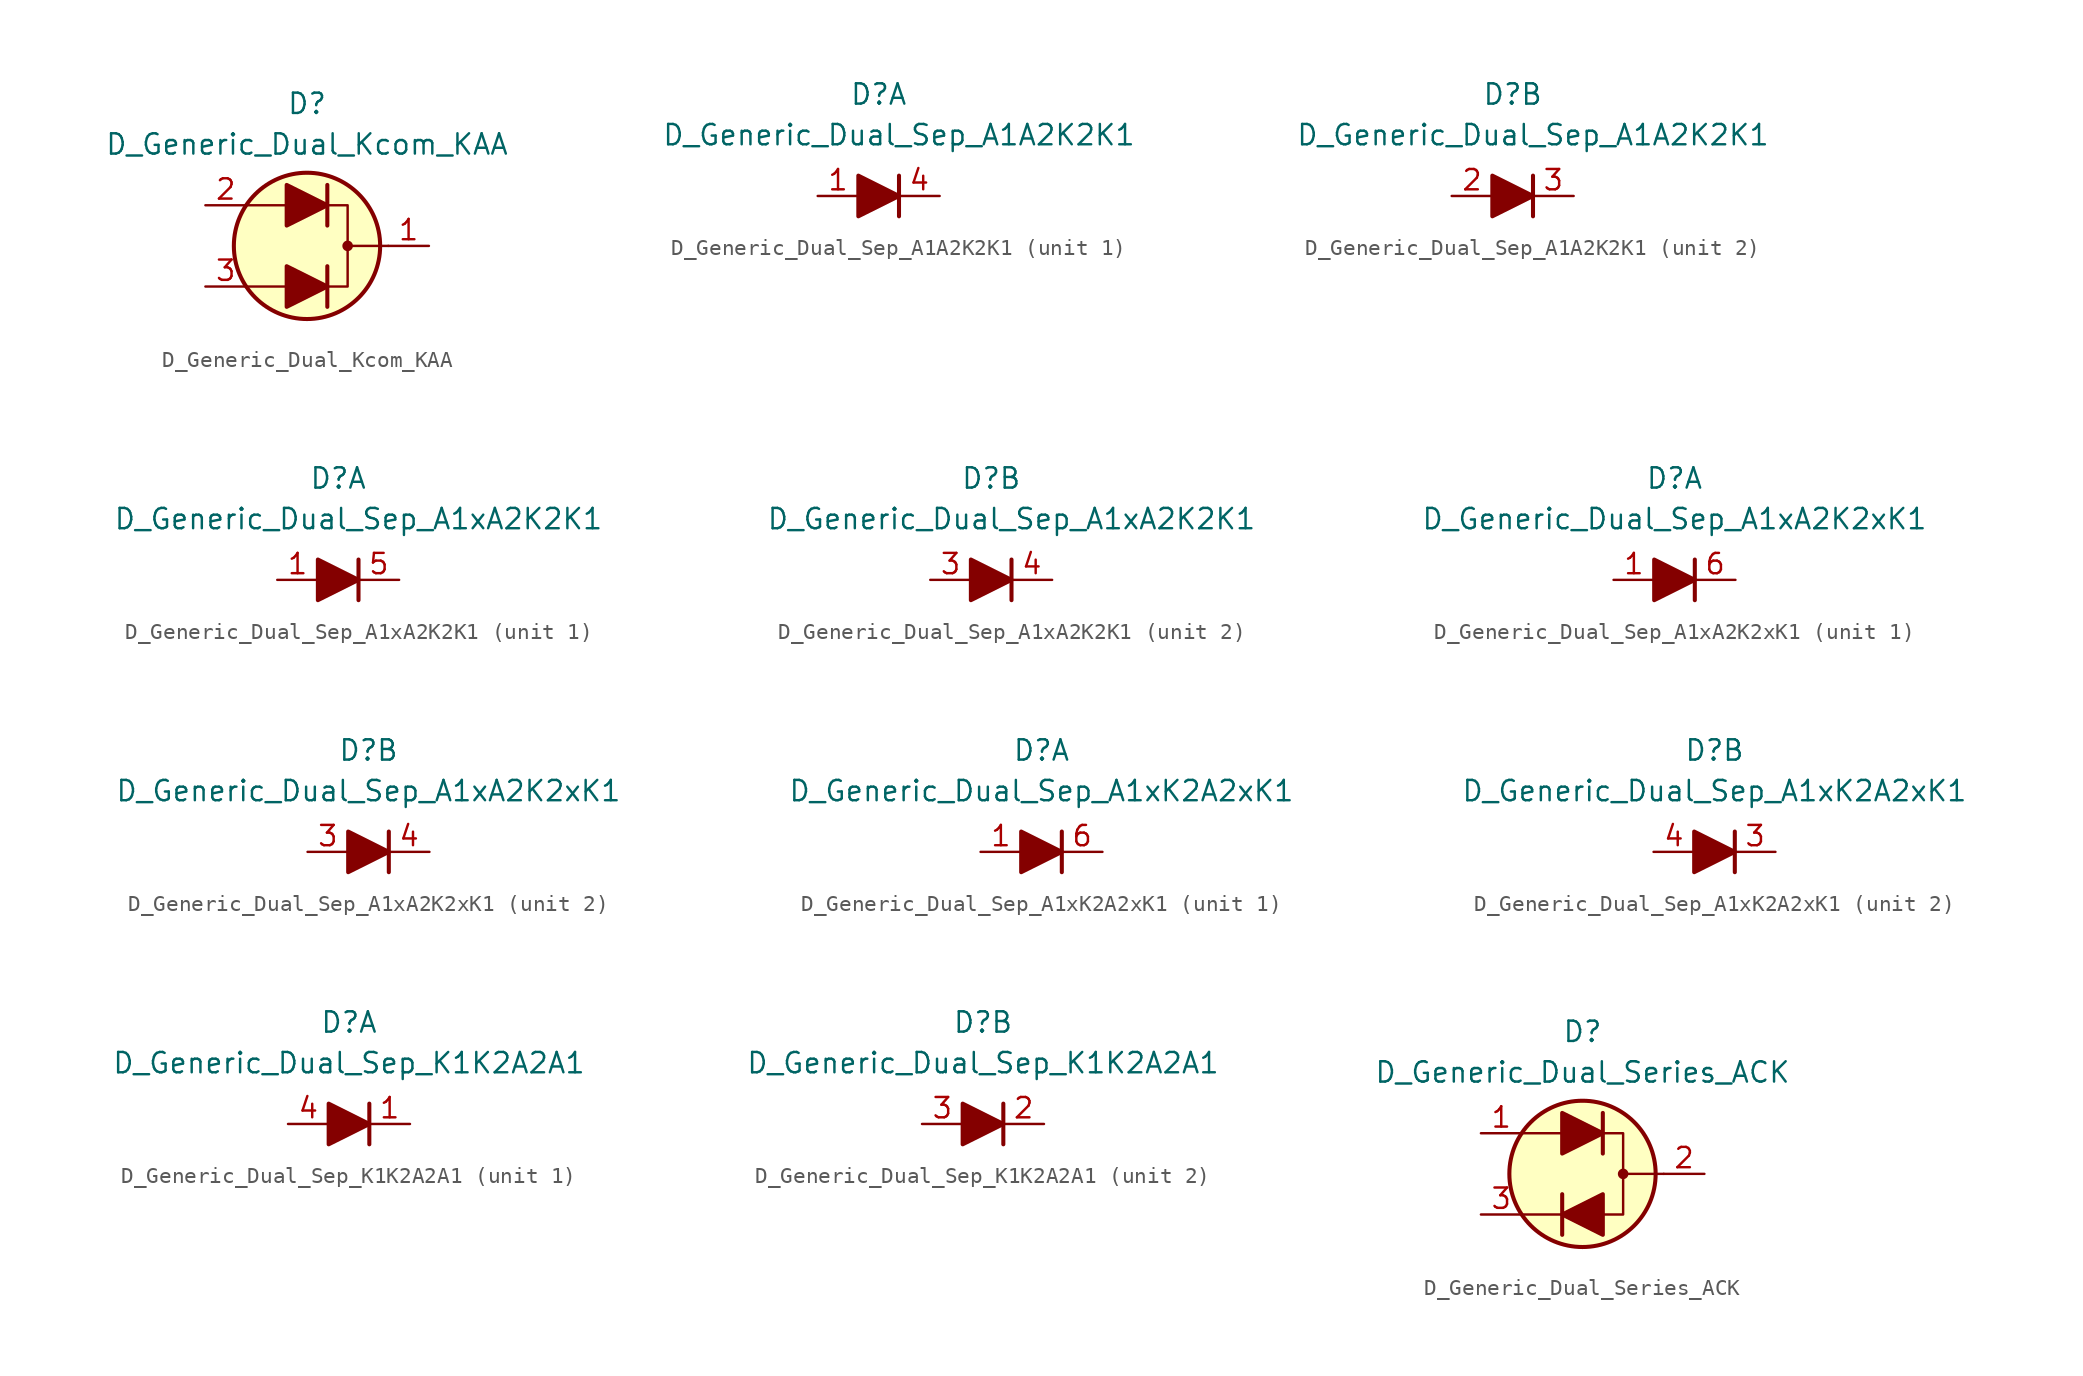
<source format=kicad_sym>
(kicad_symbol_lib
  (version 20211014)
  (generator kicad_symbol_editor)
  (symbol "D_Generic_Dual_Kcom_KAA"
    (pin_names
      (offset 1.016) hide)
    (property "Reference" "D"
      (at 0 8.89 0)
      (effects (font (size 1.27 1.27))))
    (property "Value" "D_Generic_Dual_Kcom_KAA"
      (at 0 6.35 0)
      (effects (font (size 1.27 1.27))))
    (symbol "D_Generic_Dual_Kcom_KAA_0_1"
      (polyline (pts (xy -1.27 -2.54) (xy -3.81 -2.54)) (stroke (width 0) (type default) (color 0 0 0 0)) (fill (type none)))
      (polyline (pts (xy -1.27 2.54) (xy -3.81 2.54)) (stroke (width 0) (type default) (color 0 0 0 0)) (fill (type none)))
      (polyline (pts (xy 1.27 -3.81) (xy 1.27 -1.27)) (stroke (width 0.254) (type default) (color 0 0 0 0)) (fill (type none)))
      (polyline (pts (xy 1.27 1.27) (xy 1.27 3.81)) (stroke (width 0.254) (type default) (color 0 0 0 0)) (fill (type none)))
      (polyline (pts (xy 5.08 0) (xy 2.54 0)) (stroke (width 0) (type default) (color 0 0 0 0)) (fill (type none)))
      (polyline (pts (xy 1.27 -2.54) (xy 2.54 -2.54) (xy 2.54 2.54) (xy 1.27 2.54)) (stroke (width 0) (type default) (color 0 0 0 0)) (fill (type none)))
      (circle (center 0 0) (radius 4.572) (stroke (width 0.254) (type default) (color 0 0 0 0)) (fill (type background)))
      (circle (center 2.54 0) (radius 0.254) (stroke (width 0) (type default) (color 0 0 0 0)) (fill (type outline))))
    (symbol "D_Generic_Dual_Kcom_KAA_1_1"
      (polyline (pts (xy -1.27 -2.54) (xy 1.27 -2.54)) (stroke (width 0) (type default) (color 0 0 0 0)) (fill (type none)))
      (polyline (pts (xy -1.27 2.54) (xy 1.27 2.54)) (stroke (width 0) (type default) (color 0 0 0 0)) (fill (type none)))
      (polyline (pts (xy -1.27 -3.81) (xy -1.27 -1.27) (xy 1.27 -2.54) (xy -1.27 -3.81)) (stroke (width 0.254) (type default) (color 0 0 0 0)) (fill (type outline)))
      (polyline (pts (xy -1.27 1.27) (xy -1.27 3.81) (xy 1.27 2.54) (xy -1.27 1.27)) (stroke (width 0.254) (type default) (color 0 0 0 0)) (fill (type outline)))
      (pin passive line (at 7.62 0 180) (length 2.54) (name "K" (effects (font (size 1.27 1.27)))) (number "1" (effects (font (size 1.27 1.27)))))
      (pin passive line (at -6.35 2.54 0) (length 2.54) (name "A2" (effects (font (size 1.27 1.27)))) (number "2" (effects (font (size 1.27 1.27)))))
      (pin passive line (at -6.35 -2.54 0) (length 2.54) (name "A1" (effects (font (size 1.27 1.27)))) (number "3" (effects (font (size 1.27 1.27)))))))
  (symbol "D_Generic_Dual_Sep_A1A2K2K1"
    (pin_names
      (offset 1.016) hide)
    (property "Reference" "D"
      (at 0 6.35 0)
      (effects (font (size 1.27 1.27))))
    (property "Value" "D_Generic_Dual_Sep_A1A2K2K1"
      (at 1.27 3.81 0)
      (effects (font (size 1.27 1.27))))
    (symbol "D_Generic_Dual_Sep_A1A2K2K1_0_1"
      (polyline (pts (xy 1.27 1.27) (xy 1.27 -1.27)) (stroke (width 0.254) (type default) (color 0 0 0 0)) (fill (type none))))
    (symbol "D_Generic_Dual_Sep_A1A2K2K1_1_1"
      (polyline (pts (xy -1.27 0) (xy 1.27 0)) (stroke (width 0) (type default) (color 0 0 0 0)) (fill (type none)))
      (polyline (pts (xy -1.27 1.27) (xy -1.27 -1.27) (xy 1.27 0) (xy -1.27 1.27)) (stroke (width 0.254) (type default) (color 0 0 0 0)) (fill (type outline)))
      (pin passive line (at -3.81 0 0) (length 2.54) (name "A1" (effects (font (size 1.27 1.27)))) (number "1" (effects (font (size 1.27 1.27)))))
      (pin passive line (at 3.81 0 180) (length 2.54) (name "K1" (effects (font (size 1.27 1.27)))) (number "4" (effects (font (size 1.27 1.27))))))
    (symbol "D_Generic_Dual_Sep_A1A2K2K1_2_1"
      (polyline (pts (xy -1.27 0) (xy 1.27 0)) (stroke (width 0) (type default) (color 0 0 0 0)) (fill (type none)))
      (polyline (pts (xy -1.27 1.27) (xy -1.27 -1.27) (xy 1.27 0) (xy -1.27 1.27)) (stroke (width 0.254) (type default) (color 0 0 0 0)) (fill (type outline)))
      (pin passive line (at -3.81 0 0) (length 2.54) (name "A2" (effects (font (size 1.27 1.27)))) (number "2" (effects (font (size 1.27 1.27)))))
      (pin passive line (at 3.81 0 180) (length 2.54) (name "K2" (effects (font (size 1.27 1.27)))) (number "3" (effects (font (size 1.27 1.27)))))))
  (symbol "D_Generic_Dual_Sep_A1xA2K2K1"
    (pin_names
      (offset 1.016) hide)
    (property "Reference" "D"
      (at 0 6.35 0)
      (effects (font (size 1.27 1.27))))
    (property "Value" "D_Generic_Dual_Sep_A1xA2K2K1"
      (at 1.27 3.81 0)
      (effects (font (size 1.27 1.27))))
    (symbol "D_Generic_Dual_Sep_A1xA2K2K1_0_1"
      (polyline (pts (xy 1.27 1.27) (xy 1.27 -1.27)) (stroke (width 0.254) (type default) (color 0 0 0 0)) (fill (type none))))
    (symbol "D_Generic_Dual_Sep_A1xA2K2K1_1_1"
      (polyline (pts (xy -1.27 0) (xy 1.27 0)) (stroke (width 0) (type default) (color 0 0 0 0)) (fill (type none)))
      (polyline (pts (xy -1.27 1.27) (xy -1.27 -1.27) (xy 1.27 0) (xy -1.27 1.27)) (stroke (width 0.254) (type default) (color 0 0 0 0)) (fill (type outline)))
      (pin passive line (at -3.81 0 0) (length 2.54) (name "A1" (effects (font (size 1.27 1.27)))) (number "1" (effects (font (size 1.27 1.27)))))
      (pin no_connect line (at 0 0 0) (length 2.54) hide (name "NC" (effects (font (size 1.27 1.27)))) (number "2" (effects (font (size 1.27 1.27)))))
      (pin passive line (at 3.81 0 180) (length 2.54) (name "K1" (effects (font (size 1.27 1.27)))) (number "5" (effects (font (size 1.27 1.27))))))
    (symbol "D_Generic_Dual_Sep_A1xA2K2K1_2_1"
      (polyline (pts (xy -1.27 0) (xy 1.27 0)) (stroke (width 0) (type default) (color 0 0 0 0)) (fill (type none)))
      (polyline (pts (xy -1.27 1.27) (xy -1.27 -1.27) (xy 1.27 0) (xy -1.27 1.27)) (stroke (width 0.254) (type default) (color 0 0 0 0)) (fill (type outline)))
      (pin passive line (at -3.81 0 0) (length 2.54) (name "A2" (effects (font (size 1.27 1.27)))) (number "3" (effects (font (size 1.27 1.27)))))
      (pin passive line (at 3.81 0 180) (length 2.54) (name "K2" (effects (font (size 1.27 1.27)))) (number "4" (effects (font (size 1.27 1.27)))))))
  (symbol "D_Generic_Dual_Sep_A1xA2K2xK1"
    (pin_names
      (offset 1.016) hide)
    (property "Reference" "D"
      (at 0 6.35 0)
      (effects (font (size 1.27 1.27))))
    (property "Value" "D_Generic_Dual_Sep_A1xA2K2xK1"
      (at 0 3.81 0)
      (effects (font (size 1.27 1.27))))
    (property "ki_locked" ""
      (at 0 0 0)
      (effects (font (size 1.27 1.27))))
    (symbol "D_Generic_Dual_Sep_A1xA2K2xK1_0_1"
      (polyline (pts (xy 1.27 1.27) (xy 1.27 -1.27)) (stroke (width 0.254) (type default) (color 0 0 0 0)) (fill (type none))))
    (symbol "D_Generic_Dual_Sep_A1xA2K2xK1_1_1"
      (polyline (pts (xy -1.27 0) (xy 1.27 0)) (stroke (width 0) (type default) (color 0 0 0 0)) (fill (type none)))
      (polyline (pts (xy -1.27 1.27) (xy -1.27 -1.27) (xy 1.27 0) (xy -1.27 1.27)) (stroke (width 0.254) (type default) (color 0 0 0 0)) (fill (type outline)))
      (pin passive line (at -3.81 0 0) (length 2.54) (name "A1" (effects (font (size 1.27 1.27)))) (number "1" (effects (font (size 1.27 1.27)))))
      (pin no_connect line (at 0 0 0) (length 2.54) hide (name "NC" (effects (font (size 1.27 1.27)))) (number "2" (effects (font (size 1.27 1.27)))))
      (pin passive line (at 3.81 0 180) (length 2.54) (name "K1" (effects (font (size 1.27 1.27)))) (number "6" (effects (font (size 1.27 1.27))))))
    (symbol "D_Generic_Dual_Sep_A1xA2K2xK1_2_1"
      (polyline (pts (xy 1.27 0) (xy -1.27 0)) (stroke (width 0) (type default) (color 0 0 0 0)) (fill (type none)))
      (polyline (pts (xy -1.27 -1.27) (xy -1.27 1.27) (xy 1.27 0) (xy -1.27 -1.27)) (stroke (width 0.254) (type default) (color 0 0 0 0)) (fill (type outline)))
      (pin passive line (at -3.81 0 0) (length 2.54) (name "A2" (effects (font (size 1.27 1.27)))) (number "3" (effects (font (size 1.27 1.27)))))
      (pin passive line (at 3.81 0 180) (length 2.54) (name "K2" (effects (font (size 1.27 1.27)))) (number "4" (effects (font (size 1.27 1.27)))))
      (pin no_connect line (at 0 0 180) (length 2.54) hide (name "NC" (effects (font (size 1.27 1.27)))) (number "5" (effects (font (size 1.27 1.27)))))))
  (symbol "D_Generic_Dual_Sep_A1xK2A2xK1"
    (pin_names
      (offset 1.016) hide)
    (property "Reference" "D"
      (at 0 6.35 0)
      (effects (font (size 1.27 1.27))))
    (property "Value" "D_Generic_Dual_Sep_A1xK2A2xK1"
      (at 0 3.81 0)
      (effects (font (size 1.27 1.27))))
    (property "ki_locked" ""
      (at 0 0 0)
      (effects (font (size 1.27 1.27))))
    (symbol "D_Generic_Dual_Sep_A1xK2A2xK1_0_1"
      (polyline (pts (xy 1.27 1.27) (xy 1.27 -1.27)) (stroke (width 0.254) (type default) (color 0 0 0 0)) (fill (type none))))
    (symbol "D_Generic_Dual_Sep_A1xK2A2xK1_1_1"
      (polyline (pts (xy -1.27 0) (xy 1.27 0)) (stroke (width 0) (type default) (color 0 0 0 0)) (fill (type none)))
      (polyline (pts (xy -1.27 1.27) (xy -1.27 -1.27) (xy 1.27 0) (xy -1.27 1.27)) (stroke (width 0.254) (type default) (color 0 0 0 0)) (fill (type outline)))
      (pin passive line (at -3.81 0 0) (length 2.54) (name "A1" (effects (font (size 1.27 1.27)))) (number "1" (effects (font (size 1.27 1.27)))))
      (pin no_connect line (at 0 0 0) (length 2.54) hide (name "NC" (effects (font (size 1.27 1.27)))) (number "2" (effects (font (size 1.27 1.27)))))
      (pin passive line (at 3.81 0 180) (length 2.54) (name "K1" (effects (font (size 1.27 1.27)))) (number "6" (effects (font (size 1.27 1.27))))))
    (symbol "D_Generic_Dual_Sep_A1xK2A2xK1_2_1"
      (polyline (pts (xy -1.27 0) (xy 1.27 0)) (stroke (width 0) (type default) (color 0 0 0 0)) (fill (type none)))
      (polyline (pts (xy -1.27 1.27) (xy -1.27 -1.27) (xy 1.27 0) (xy -1.27 1.27)) (stroke (width 0.254) (type default) (color 0 0 0 0)) (fill (type outline)))
      (pin passive line (at 3.81 0 180) (length 2.54) (name "K2" (effects (font (size 1.27 1.27)))) (number "3" (effects (font (size 1.27 1.27)))))
      (pin passive line (at -3.81 0 0) (length 2.54) (name "A2" (effects (font (size 1.27 1.27)))) (number "4" (effects (font (size 1.27 1.27)))))
      (pin no_connect line (at 0 0 180) (length 2.54) hide (name "NC" (effects (font (size 1.27 1.27)))) (number "5" (effects (font (size 1.27 1.27)))))))
  (symbol "D_Generic_Dual_Sep_K1K2A2A1"
    (pin_names
      (offset 1.016) hide)
    (property "Reference" "D"
      (at 0 6.35 0)
      (effects (font (size 1.27 1.27))))
    (property "Value" "D_Generic_Dual_Sep_K1K2A2A1"
      (at 0 3.81 0)
      (effects (font (size 1.27 1.27))))
    (property "ki_locked" ""
      (at 0 0 0)
      (effects (font (size 1.27 1.27))))
    (symbol "D_Generic_Dual_Sep_K1K2A2A1_0_1"
      (polyline (pts (xy 1.27 1.27) (xy 1.27 -1.27)) (stroke (width 0.254) (type default) (color 0 0 0 0)) (fill (type none))))
    (symbol "D_Generic_Dual_Sep_K1K2A2A1_1_1"
      (polyline (pts (xy -1.27 0) (xy 1.27 0)) (stroke (width 0) (type default) (color 0 0 0 0)) (fill (type none)))
      (polyline (pts (xy -1.27 1.27) (xy -1.27 -1.27) (xy 1.27 0) (xy -1.27 1.27)) (stroke (width 0.254) (type default) (color 0 0 0 0)) (fill (type outline)))
      (pin passive line (at 3.81 0 180) (length 2.54) (name "K1" (effects (font (size 1.27 1.27)))) (number "1" (effects (font (size 1.27 1.27)))))
      (pin passive line (at -3.81 0 0) (length 2.54) (name "A1" (effects (font (size 1.27 1.27)))) (number "4" (effects (font (size 1.27 1.27))))))
    (symbol "D_Generic_Dual_Sep_K1K2A2A1_2_1"
      (polyline (pts (xy -1.27 0) (xy 1.27 0)) (stroke (width 0) (type default) (color 0 0 0 0)) (fill (type none)))
      (polyline (pts (xy -1.27 1.27) (xy -1.27 -1.27) (xy 1.27 0) (xy -1.27 1.27)) (stroke (width 0.254) (type default) (color 0 0 0 0)) (fill (type outline)))
      (pin passive line (at 3.81 0 180) (length 2.54) (name "K2" (effects (font (size 1.27 1.27)))) (number "2" (effects (font (size 1.27 1.27)))))
      (pin passive line (at -3.81 0 0) (length 2.54) (name "A2" (effects (font (size 1.27 1.27)))) (number "3" (effects (font (size 1.27 1.27)))))))
  (symbol "D_Generic_Dual_Series_ACK"
    (pin_names
      (offset 1.016) hide)
    (property "Reference" "D"
      (at 0 8.89 0)
      (effects (font (size 1.27 1.27))))
    (property "Value" "D_Generic_Dual_Series_ACK"
      (at 0 6.35 0)
      (effects (font (size 1.27 1.27))))
    (symbol "D_Generic_Dual_Series_ACK_0_1"
      (polyline (pts (xy -1.27 -2.54) (xy -3.81 -2.54)) (stroke (width 0) (type default) (color 0 0 0 0)) (fill (type none)))
      (polyline (pts (xy -1.27 -1.27) (xy -1.27 -3.81)) (stroke (width 0.254) (type default) (color 0 0 0 0)) (fill (type none)))
      (polyline (pts (xy -1.27 2.54) (xy -3.81 2.54)) (stroke (width 0) (type default) (color 0 0 0 0)) (fill (type none)))
      (polyline (pts (xy 1.27 3.81) (xy 1.27 1.27)) (stroke (width 0.254) (type default) (color 0 0 0 0)) (fill (type none)))
      (polyline (pts (xy 5.08 0) (xy 2.54 0)) (stroke (width 0) (type default) (color 0 0 0 0)) (fill (type none)))
      (polyline (pts (xy 1.27 -2.54) (xy 2.54 -2.54) (xy 2.54 2.54) (xy 1.27 2.54)) (stroke (width 0) (type default) (color 0 0 0 0)) (fill (type none)))
      (circle (center 0 0) (radius 4.572) (stroke (width 0.254) (type default) (color 0 0 0 0)) (fill (type background)))
      (circle (center 2.54 0) (radius 0.254) (stroke (width 0) (type default) (color 0 0 0 0)) (fill (type outline))))
    (symbol "D_Generic_Dual_Series_ACK_1_1"
      (polyline (pts (xy -1.27 2.54) (xy 1.27 2.54)) (stroke (width 0) (type default) (color 0 0 0 0)) (fill (type none)))
      (polyline (pts (xy 1.27 -2.54) (xy -1.27 -2.54)) (stroke (width 0) (type default) (color 0 0 0 0)) (fill (type none)))
      (polyline (pts (xy -1.27 1.27) (xy -1.27 3.81) (xy 1.27 2.54) (xy -1.27 1.27)) (stroke (width 0.254) (type default) (color 0 0 0 0)) (fill (type outline)))
      (polyline (pts (xy 1.27 -1.27) (xy 1.27 -3.81) (xy -1.27 -2.54) (xy 1.27 -1.27)) (stroke (width 0.254) (type default) (color 0 0 0 0)) (fill (type outline)))
      (pin passive line (at -6.35 2.54 0) (length 2.54) (name "A" (effects (font (size 1.27 1.27)))) (number "1" (effects (font (size 1.27 1.27)))))
      (pin passive line (at 7.62 0 180) (length 2.54) (name "C" (effects (font (size 1.27 1.27)))) (number "2" (effects (font (size 1.27 1.27)))))
      (pin passive line (at -6.35 -2.54 0) (length 2.54) (name "K" (effects (font (size 1.27 1.27)))) (number "3" (effects (font (size 1.27 1.27))))))))
</source>
